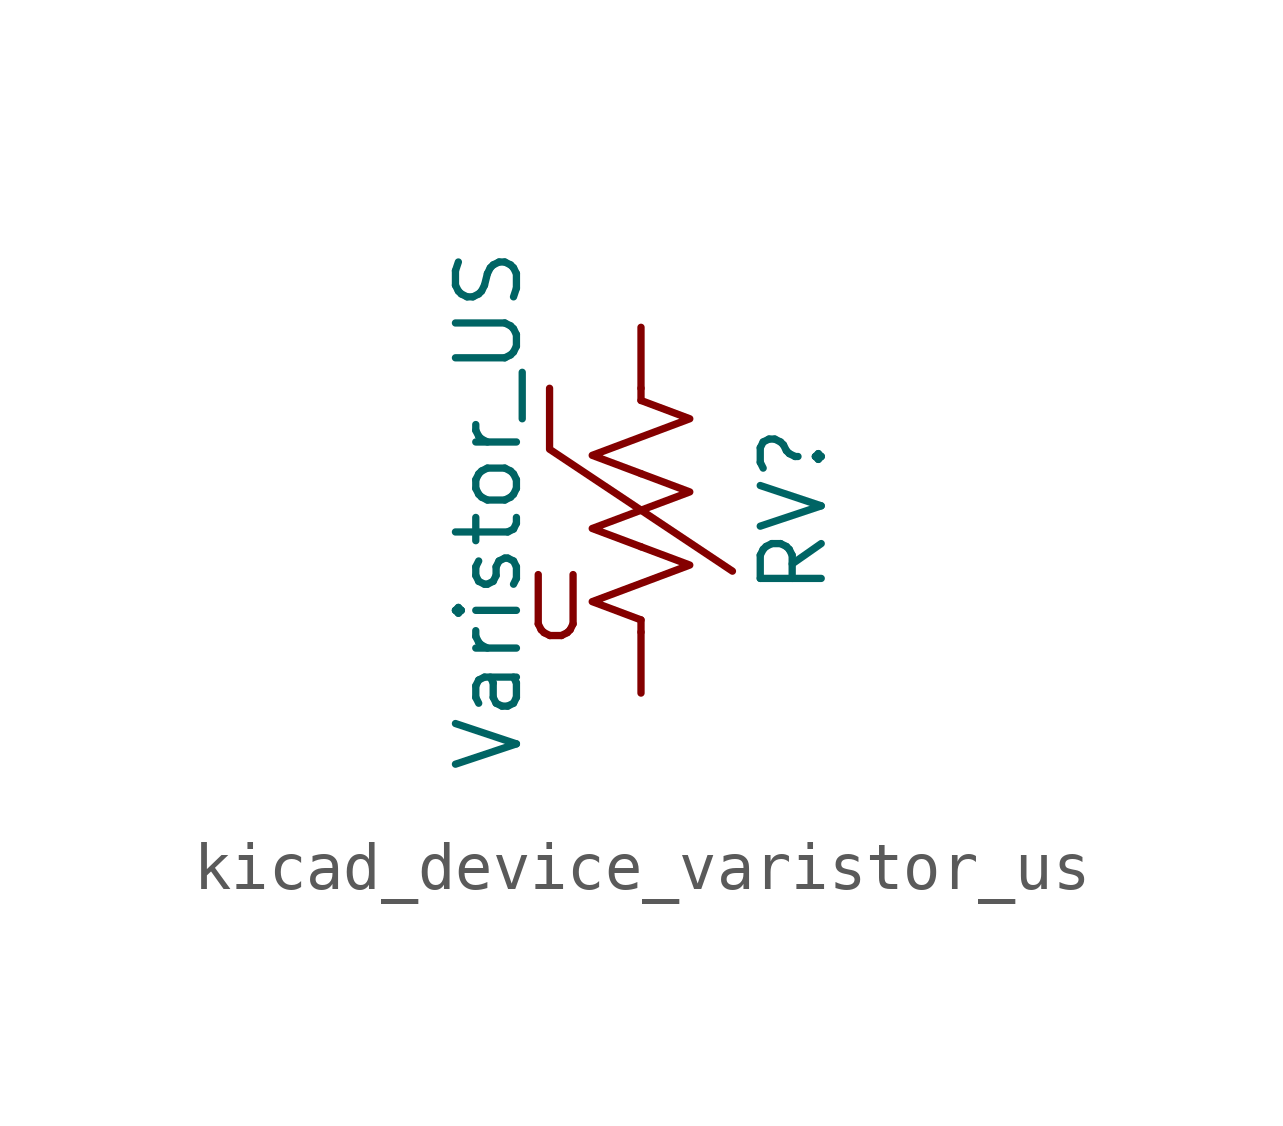
<source format=kicad_sym>
(kicad_symbol_lib
  (version 20220914)
  (generator kicad_symbol_editor)
  (symbol "kicad_device_varistor_us"
    (pin_numbers hide)
    (pin_names
      (offset 0))
    (property "Reference" "RV"
      (at 3.175 0 90)
      (effects (font (size 1.27 1.27))))
    (property "Value" "Varistor_US"
      (at -3.175 0 90)
      (effects (font (size 1.27 1.27))))
    (symbol "kicad_device_varistor_us_0_0"
      (text "U" (at -1.778 -2.032 0) (effects (font (size 1.27 1.27)))))
    (symbol "kicad_device_varistor_us_0_1"
      (polyline (pts (xy 0 -2.286) (xy 0 -2.54)) (stroke (width 0) (type default)) (fill (type none)))
      (polyline (pts (xy 0 2.286) (xy 0 2.54)) (stroke (width 0) (type default)) (fill (type none)))
      (polyline (pts (xy -1.905 2.54) (xy -1.905 1.27) (xy 1.905 -1.27)) (stroke (width 0) (type default)) (fill (type none)))
      (polyline (pts (xy 0 -0.762) (xy 1.016 -1.143) (xy 0 -1.524) (xy -1.016 -1.905) (xy 0 -2.286)) (stroke (width 0) (type default)) (fill (type none)))
      (polyline (pts (xy 0 0.762) (xy 1.016 0.381) (xy 0 0) (xy -1.016 -0.381) (xy 0 -0.762)) (stroke (width 0) (type default)) (fill (type none)))
      (polyline (pts (xy 0 2.286) (xy 1.016 1.905) (xy 0 1.524) (xy -1.016 1.143) (xy 0 0.762)) (stroke (width 0) (type default)) (fill (type none))))
    (symbol "kicad_device_varistor_us_1_1"
      (pin passive line (at 0 3.81 270) (length 1.27) (name "~" (effects (font (size 1.27 1.27)))) (number "1" (effects (font (size 1.27 1.27)))))
      (pin passive line (at 0 -3.81 90) (length 1.27) (name "~" (effects (font (size 1.27 1.27)))) (number "2" (effects (font (size 1.27 1.27))))))))
</source>
